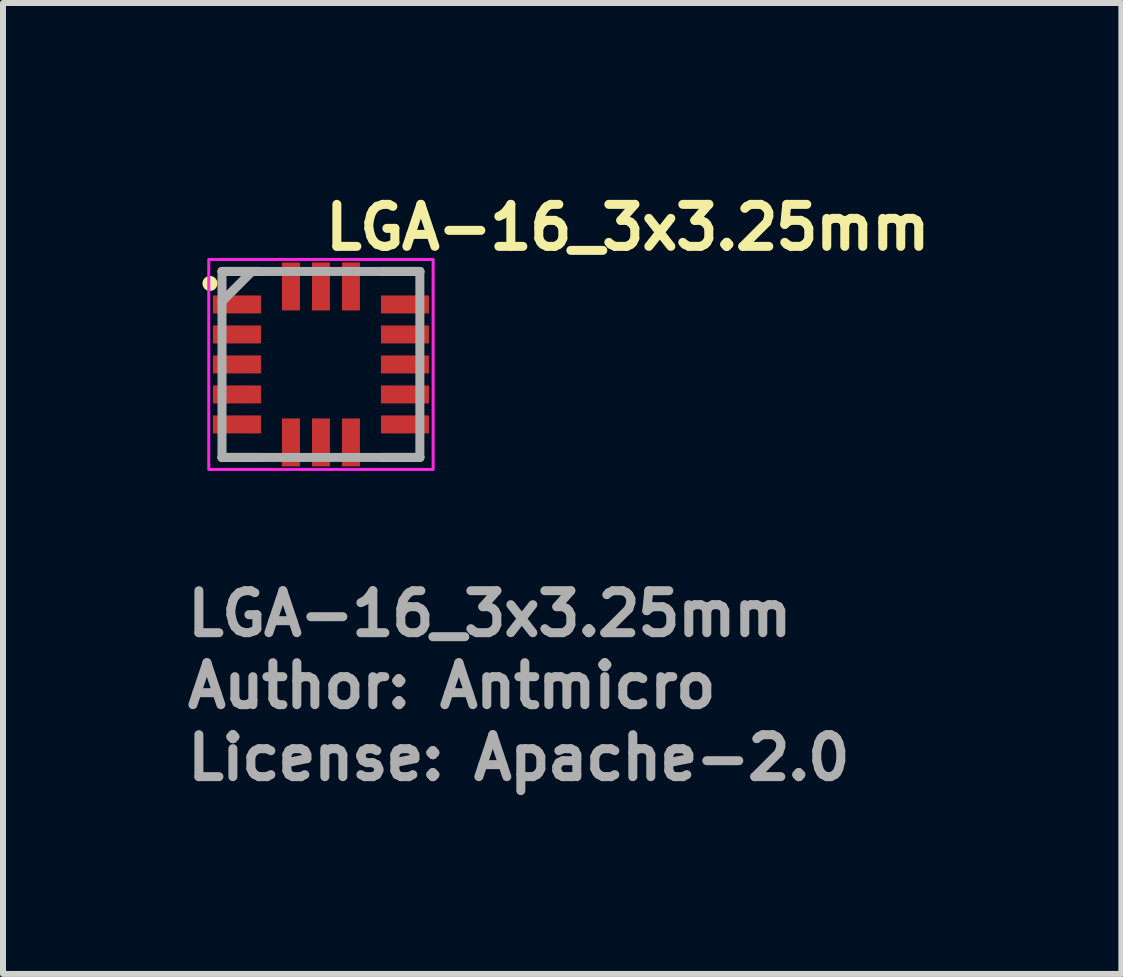
<source format=kicad_pcb>
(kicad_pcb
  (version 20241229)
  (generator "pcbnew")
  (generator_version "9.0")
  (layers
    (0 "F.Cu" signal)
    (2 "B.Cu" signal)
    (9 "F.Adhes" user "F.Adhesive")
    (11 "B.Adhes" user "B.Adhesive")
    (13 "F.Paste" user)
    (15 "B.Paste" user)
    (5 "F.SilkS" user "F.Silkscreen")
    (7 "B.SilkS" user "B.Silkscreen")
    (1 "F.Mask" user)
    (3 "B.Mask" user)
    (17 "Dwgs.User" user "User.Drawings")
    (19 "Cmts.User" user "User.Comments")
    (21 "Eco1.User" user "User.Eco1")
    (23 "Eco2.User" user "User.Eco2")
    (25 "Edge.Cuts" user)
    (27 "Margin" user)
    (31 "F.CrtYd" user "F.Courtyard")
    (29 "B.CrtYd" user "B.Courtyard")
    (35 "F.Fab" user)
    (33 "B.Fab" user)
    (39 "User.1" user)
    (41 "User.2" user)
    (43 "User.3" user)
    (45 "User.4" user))
  (footprint "LGA-16_3x3.25mm"
    (layer "F.Cu")
    (at 2.3 3.025)
    (property "Reference" "LGA-16_3x3.25mm" (at 0 -1.875 0) (layer "F.SilkS") (effects (font (size 0.7 0.7) (thickness 0.15)) (justify left bottom)))
    (attr smd)
    (fp_line (start -1.649 -1.55) (end -1 -1.55) (stroke (width 0.15) (type solid)) (layer "F.SilkS"))
    (fp_line (start -1.649 1.55) (end -1 1.55) (stroke (width 0.15) (type solid)) (layer "F.SilkS"))
    (fp_line (start 1.649 -1.55) (end 1 -1.55) (stroke (width 0.15) (type solid)) (layer "F.SilkS"))
    (fp_line (start 1.649 1.55) (end 1 1.55) (stroke (width 0.15) (type solid)) (layer "F.SilkS"))
    (fp_circle (center -1.85 -1.35) (end -1.8 -1.35) (stroke (width 0.15) (type solid)) (fill yes) (layer "F.SilkS"))
    (fp_rect (start -1.87 -1.75) (end 1.87 1.75) (stroke (width 0.05) (type solid)) (fill no) (layer "F.CrtYd"))
    (fp_line (start -1.649 -1.55) (end 1.649 -1.55) (stroke (width 0.15) (type solid)) (layer "F.Fab"))
    (fp_line (start -1.649 -1.05) (end -1.15 -1.55) (stroke (width 0.15) (type solid)) (layer "F.Fab"))
    (fp_line (start -1.649 1.55) (end -1.649 -1.55) (stroke (width 0.15) (type solid)) (layer "F.Fab"))
    (fp_line (start 1.649 -1.55) (end 1.649 1.55) (stroke (width 0.15) (type solid)) (layer "F.Fab"))
    (fp_line (start 1.649 1.55) (end -1.649 1.55) (stroke (width 0.15) (type solid)) (layer "F.Fab"))
    (fp_rect (start -1.625 -1.5) (end 1.625 1.5) (stroke (width 0.1) (type solid)) (fill no) (layer "User.5"))
    (fp_line (start -1.625 -1.5) (end -1.625 1.5) (stroke (width 0.02) (type solid)) (layer "User.9"))
    (fp_line (start -1.625 1.5) (end 1.625 1.5) (stroke (width 0.02) (type solid)) (layer "User.9"))
    (fp_line (start 1.625 -1.5) (end -1.625 -1.5) (stroke (width 0.02) (type solid)) (layer "User.9"))
    (fp_line (start 1.625 1.5) (end 1.625 -1.5) (stroke (width 0.02) (type solid)) (layer "User.9"))
    (fp_text user "${REFERENCE}" (at -2.3 4.565 0) (layer "F.Fab") (effects (font (size 0.7 0.7) (thickness 0.15)) (justify left bottom)))
    (fp_text user "License: Apache-2.0" (at -2.3 6.965 0) (layer "F.Fab") (effects (font (size 0.7 0.7) (thickness 0.15)) (justify left bottom)))
    (fp_text user "Author: Antmicro" (at -2.3 5.765 0) (layer "F.Fab") (effects (font (size 0.7 0.7) (thickness 0.15)) (justify left bottom)))
    (pad "1" smd rect (at -1.4 -1) (size 0.8 0.3) (layers "F.Cu" "F.Mask" "F.Paste"))
    (pad "2" smd rect (at -1.4 -0.5) (size 0.8 0.3) (layers "F.Cu" "F.Mask" "F.Paste"))
    (pad "3" smd rect (at -1.4 0) (size 0.8 0.3) (layers "F.Cu" "F.Mask" "F.Paste"))
    (pad "4" smd rect (at -1.4 0.5) (size 0.8 0.3) (layers "F.Cu" "F.Mask" "F.Paste"))
    (pad "5" smd rect (at -1.4 1) (size 0.8 0.3) (layers "F.Cu" "F.Mask" "F.Paste"))
    (pad "6" smd rect (at -0.5 1.3 90) (size 0.8 0.3) (layers "F.Cu" "F.Mask" "F.Paste"))
    (pad "7" smd rect (at 0 1.3 90) (size 0.8 0.3) (layers "F.Cu" "F.Mask" "F.Paste"))
    (pad "8" smd rect (at 0.5 1.3 90) (size 0.8 0.3) (layers "F.Cu" "F.Mask" "F.Paste"))
    (pad "9" smd rect (at 1.4 1 180) (size 0.8 0.3) (layers "F.Cu" "F.Mask" "F.Paste"))
    (pad "10" smd rect (at 1.4 0.5 180) (size 0.8 0.3) (layers "F.Cu" "F.Mask" "F.Paste"))
    (pad "11" smd rect (at 1.4 0 180) (size 0.8 0.3) (layers "F.Cu" "F.Mask" "F.Paste"))
    (pad "12" smd rect (at 1.4 -0.5 180) (size 0.8 0.3) (layers "F.Cu" "F.Mask" "F.Paste"))
    (pad "13" smd rect (at 1.4 -1 180) (size 0.8 0.3) (layers "F.Cu" "F.Mask" "F.Paste"))
    (pad "14" smd rect (at 0.5 -1.3 270) (size 0.8 0.3) (layers "F.Cu" "F.Mask" "F.Paste"))
    (pad "15" smd rect (at 0 -1.3 270) (size 0.8 0.3) (layers "F.Cu" "F.Mask" "F.Paste"))
    (pad "16" smd rect (at -0.5 -1.3 270) (size 0.8 0.3) (layers "F.Cu" "F.Mask" "F.Paste")))
  (gr_rect
    (start -3 -3)
    (end 15.643 13.185)
    (stroke (width 0.1) (type default))
    (fill no)
    (layer "Edge.Cuts")))
</source>
